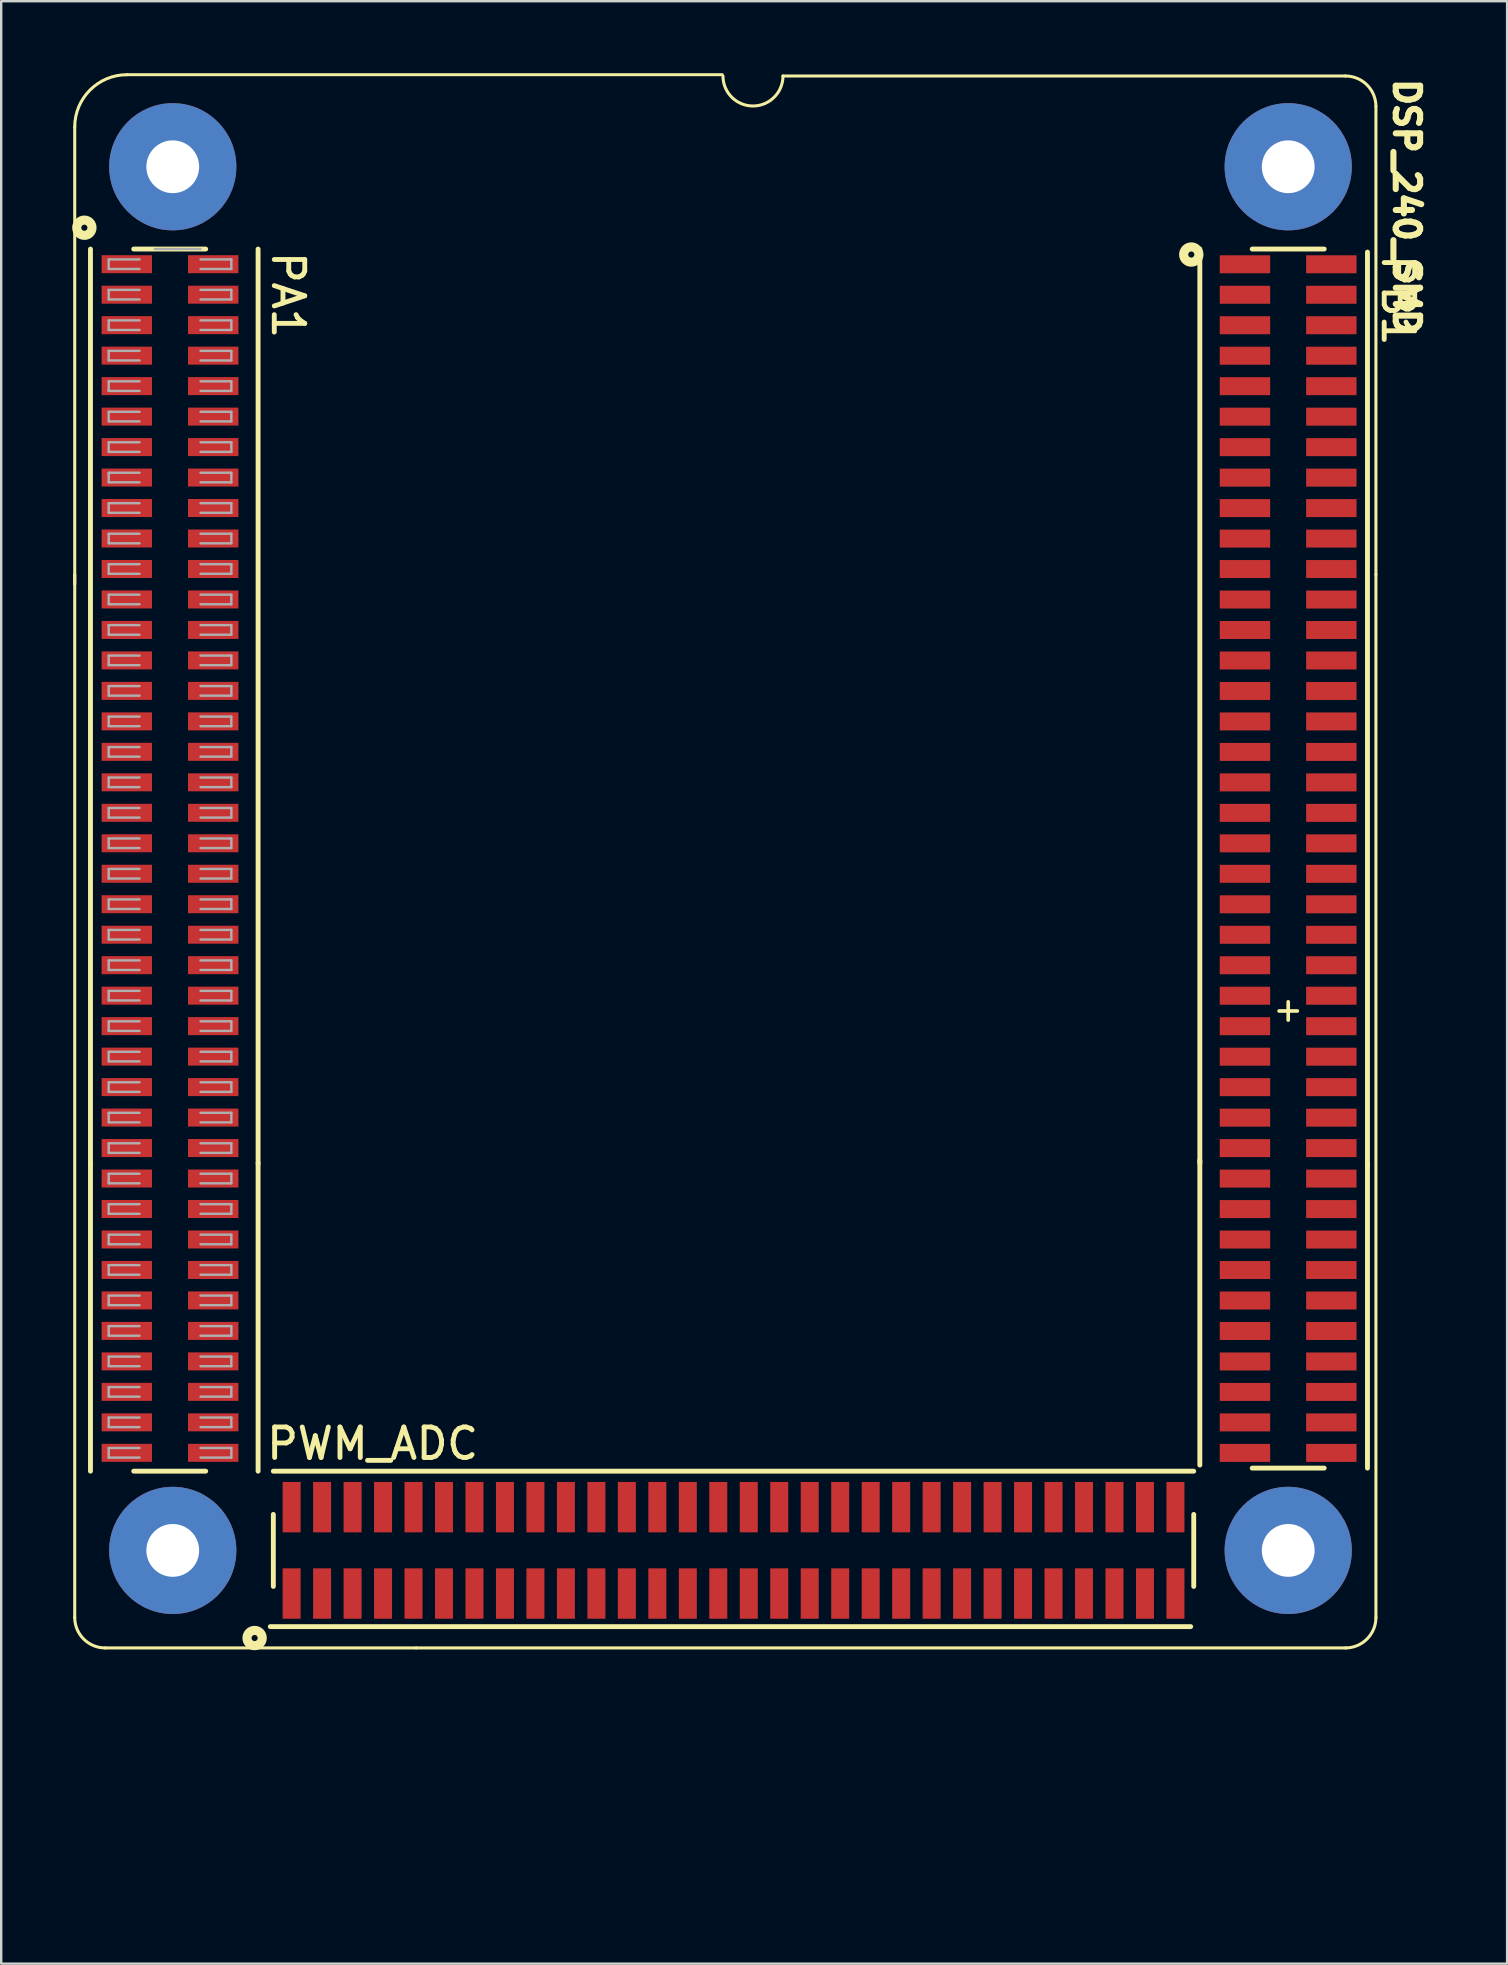
<source format=kicad_pcb>
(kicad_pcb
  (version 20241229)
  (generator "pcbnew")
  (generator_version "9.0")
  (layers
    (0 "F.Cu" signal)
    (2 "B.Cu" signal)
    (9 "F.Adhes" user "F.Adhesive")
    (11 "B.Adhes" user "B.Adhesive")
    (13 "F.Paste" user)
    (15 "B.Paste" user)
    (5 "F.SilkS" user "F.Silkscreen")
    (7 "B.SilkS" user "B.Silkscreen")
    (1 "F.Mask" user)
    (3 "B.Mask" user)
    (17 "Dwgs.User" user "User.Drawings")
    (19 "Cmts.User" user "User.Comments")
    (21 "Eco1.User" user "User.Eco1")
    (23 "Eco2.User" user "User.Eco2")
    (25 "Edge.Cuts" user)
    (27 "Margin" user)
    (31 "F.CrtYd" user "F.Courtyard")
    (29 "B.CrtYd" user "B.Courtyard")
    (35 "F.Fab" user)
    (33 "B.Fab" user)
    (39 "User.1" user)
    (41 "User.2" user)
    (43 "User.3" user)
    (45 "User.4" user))
  (footprint "DSP_240_SMD"
    (layer "F.Cu")
    (at 9.229 75.527)
    (property "Reference" "DSP_240_SMD" (at 45.745 -75.413 270) (unlocked yes) (layer "F.SilkS") (effects (font (size 1.016 1.016) (thickness 0.254)) (justify left bottom)))
    (fp_line (start -9.165 -73.287) (end -9.165 -54.229) (stroke (width 0.127) (type solid)) (layer "F.SilkS"))
    (fp_line (start -9.165 -54.638) (end -9.165 -11.176) (stroke (width 0.127) (type solid)) (layer "F.SilkS"))
    (fp_line (start -8.509 -68.199) (end -8.509 -30.099) (stroke (width 0.203) (type solid)) (layer "F.SilkS"))
    (fp_line (start -8.509 -30.099) (end -8.509 -17.272) (stroke (width 0.203) (type solid)) (layer "F.SilkS"))
    (fp_line (start -7.895 -9.906) (end 5.063 -9.906) (stroke (width 0.127) (type solid)) (layer "F.SilkS"))
    (fp_line (start -6.988 -75.464) (end 17.817 -75.464) (stroke (width 0.127) (type solid)) (layer "F.SilkS"))
    (fp_line (start -6.707 -68.199) (end -3.707 -68.199) (stroke (width 0.203) (type solid)) (layer "F.SilkS"))
    (fp_line (start -6.707 -17.272) (end -3.707 -17.272) (stroke (width 0.203) (type solid)) (layer "F.SilkS"))
    (fp_line (start -1.524 -68.199) (end -1.524 -30.099) (stroke (width 0.203) (type solid)) (layer "F.SilkS"))
    (fp_line (start -1.524 -30.099) (end -1.524 -17.272) (stroke (width 0.203) (type solid)) (layer "F.SilkS"))
    (fp_line (start -1.016 -10.795) (end 37.338 -10.795) (stroke (width 0.203) (type solid)) (layer "F.SilkS"))
    (fp_line (start -0.889 -17.272) (end 37.465 -17.272) (stroke (width 0.203) (type solid)) (layer "F.SilkS"))
    (fp_line (start -0.889 -15.47) (end -0.889 -12.47) (stroke (width 0.203) (type solid)) (layer "F.SilkS"))
    (fp_line (start 5.063 -9.906) (end 43.815 -9.906) (stroke (width 0.127) (type solid)) (layer "F.SilkS"))
    (fp_line (start 20.348 -75.41) (end 43.787 -75.41) (stroke (width 0.127) (type solid)) (layer "F.SilkS"))
    (fp_line (start 37.465 -15.47) (end 37.465 -12.47) (stroke (width 0.203) (type solid)) (layer "F.SilkS"))
    (fp_line (start 37.719 -68.199) (end 37.719 -30.099) (stroke (width 0.203) (type solid)) (layer "F.SilkS"))
    (fp_line (start 37.719 -30.226) (end 37.719 -17.526) (stroke (width 0.203) (type solid)) (layer "F.SilkS"))
    (fp_line (start 39.902 -68.199) (end 42.902 -68.199) (stroke (width 0.203) (type solid)) (layer "F.SilkS"))
    (fp_line (start 39.902 -17.399) (end 42.902 -17.399) (stroke (width 0.203) (type solid)) (layer "F.SilkS"))
    (fp_line (start 41.021 -36.449) (end 41.783 -36.449) (stroke (width 0.152) (type solid)) (layer "F.SilkS"))
    (fp_line (start 41.402 -36.83) (end 41.402 -36.449) (stroke (width 0.152) (type solid)) (layer "F.SilkS"))
    (fp_line (start 41.402 -36.449) (end 41.402 -36.068) (stroke (width 0.152) (type solid)) (layer "F.SilkS"))
    (fp_line (start 44.704 -68.072) (end 44.704 -29.972) (stroke (width 0.203) (type solid)) (layer "F.SilkS"))
    (fp_line (start 44.704 -30.099) (end 44.704 -17.399) (stroke (width 0.203) (type solid)) (layer "F.SilkS"))
    (fp_line (start 45.057 -74.14) (end 45.057 -54.638) (stroke (width 0.127) (type solid)) (layer "F.SilkS"))
    (fp_line (start 45.057 -54.638) (end 45.057 -11.176) (stroke (width 0.127) (type solid)) (layer "F.SilkS"))
    (fp_arc (start -9.165 -73.28661) (mid -8.52733 -74.82608) (end -6.98786 -75.46375) (stroke (width 0.127) (type solid)) (layer "F.SilkS"))
    (fp_arc (start -7.895 -9.906) (mid -8.793026 -10.277974) (end -9.165 -11.176) (stroke (width 0.127) (type solid)) (layer "F.SilkS"))
    (fp_arc (start 20.348 -75.41) (mid 19.098 -74.16) (end 17.848 -75.41) (stroke (width 0.127) (type solid)) (layer "F.SilkS"))
    (fp_arc (start 43.787 -75.41) (mid 44.685026 -75.038026) (end 45.057 -74.14) (stroke (width 0.127) (type solid)) (layer "F.SilkS"))
    (fp_arc (start 45.057 -11.176) (mid 44.685026 -10.277974) (end 43.787 -9.906) (stroke (width 0.127) (type solid)) (layer "F.SilkS"))
    (fp_circle (center -8.763 -69.088) (end -8.636 -69.088) (stroke (width 0.381) (type solid)) (fill no) (layer "F.SilkS"))
    (fp_circle (center -1.669 -10.319) (end -1.542 -10.319) (stroke (width 0.381) (type solid)) (fill no) (layer "F.SilkS"))
    (fp_circle (center 37.363 -67.97) (end 37.49 -67.97) (stroke (width 0.381) (type solid)) (fill no) (layer "F.SilkS"))
    (fp_line (start -7.749 -67.767) (end -7.749 -67.367) (stroke (width 0.1) (type solid)) (layer "F.Fab"))
    (fp_line (start -7.749 -67.367) (end -6.464 -67.367) (stroke (width 0.1) (type solid)) (layer "F.Fab"))
    (fp_line (start -7.749 -66.497) (end -7.749 -66.097) (stroke (width 0.1) (type solid)) (layer "F.Fab"))
    (fp_line (start -7.749 -66.097) (end -6.464 -66.097) (stroke (width 0.1) (type solid)) (layer "F.Fab"))
    (fp_line (start -7.749 -65.227) (end -7.749 -64.827) (stroke (width 0.1) (type solid)) (layer "F.Fab"))
    (fp_line (start -7.749 -64.827) (end -6.464 -64.827) (stroke (width 0.1) (type solid)) (layer "F.Fab"))
    (fp_line (start -7.749 -63.957) (end -7.749 -63.557) (stroke (width 0.1) (type solid)) (layer "F.Fab"))
    (fp_line (start -7.749 -63.557) (end -6.464 -63.557) (stroke (width 0.1) (type solid)) (layer "F.Fab"))
    (fp_line (start -7.749 -62.687) (end -7.749 -62.287) (stroke (width 0.1) (type solid)) (layer "F.Fab"))
    (fp_line (start -7.749 -62.287) (end -6.464 -62.287) (stroke (width 0.1) (type solid)) (layer "F.Fab"))
    (fp_line (start -7.749 -61.417) (end -7.749 -61.017) (stroke (width 0.1) (type solid)) (layer "F.Fab"))
    (fp_line (start -7.749 -61.017) (end -6.464 -61.017) (stroke (width 0.1) (type solid)) (layer "F.Fab"))
    (fp_line (start -7.749 -60.147) (end -7.749 -59.747) (stroke (width 0.1) (type solid)) (layer "F.Fab"))
    (fp_line (start -7.749 -59.747) (end -6.464 -59.747) (stroke (width 0.1) (type solid)) (layer "F.Fab"))
    (fp_line (start -7.749 -58.877) (end -7.749 -58.477) (stroke (width 0.1) (type solid)) (layer "F.Fab"))
    (fp_line (start -7.749 -58.477) (end -6.464 -58.477) (stroke (width 0.1) (type solid)) (layer "F.Fab"))
    (fp_line (start -7.749 -57.607) (end -7.749 -57.207) (stroke (width 0.1) (type solid)) (layer "F.Fab"))
    (fp_line (start -7.749 -57.207) (end -6.464 -57.207) (stroke (width 0.1) (type solid)) (layer "F.Fab"))
    (fp_line (start -7.749 -56.337) (end -7.749 -55.937) (stroke (width 0.1) (type solid)) (layer "F.Fab"))
    (fp_line (start -7.749 -55.937) (end -6.464 -55.937) (stroke (width 0.1) (type solid)) (layer "F.Fab"))
    (fp_line (start -7.749 -55.067) (end -7.749 -54.667) (stroke (width 0.1) (type solid)) (layer "F.Fab"))
    (fp_line (start -7.749 -54.667) (end -6.464 -54.667) (stroke (width 0.1) (type solid)) (layer "F.Fab"))
    (fp_line (start -7.749 -53.797) (end -7.749 -53.397) (stroke (width 0.1) (type solid)) (layer "F.Fab"))
    (fp_line (start -7.749 -53.397) (end -6.464 -53.397) (stroke (width 0.1) (type solid)) (layer "F.Fab"))
    (fp_line (start -7.749 -52.527) (end -7.749 -52.127) (stroke (width 0.1) (type solid)) (layer "F.Fab"))
    (fp_line (start -7.749 -52.127) (end -6.464 -52.127) (stroke (width 0.1) (type solid)) (layer "F.Fab"))
    (fp_line (start -7.749 -51.257) (end -7.749 -50.857) (stroke (width 0.1) (type solid)) (layer "F.Fab"))
    (fp_line (start -7.749 -50.857) (end -6.464 -50.857) (stroke (width 0.1) (type solid)) (layer "F.Fab"))
    (fp_line (start -7.749 -49.987) (end -7.749 -49.587) (stroke (width 0.1) (type solid)) (layer "F.Fab"))
    (fp_line (start -7.749 -49.587) (end -6.464 -49.587) (stroke (width 0.1) (type solid)) (layer "F.Fab"))
    (fp_line (start -7.749 -48.717) (end -7.749 -48.317) (stroke (width 0.1) (type solid)) (layer "F.Fab"))
    (fp_line (start -7.749 -48.317) (end -6.464 -48.317) (stroke (width 0.1) (type solid)) (layer "F.Fab"))
    (fp_line (start -7.749 -47.447) (end -7.749 -47.047) (stroke (width 0.1) (type solid)) (layer "F.Fab"))
    (fp_line (start -7.749 -47.047) (end -6.464 -47.047) (stroke (width 0.1) (type solid)) (layer "F.Fab"))
    (fp_line (start -7.749 -46.177) (end -7.749 -45.777) (stroke (width 0.1) (type solid)) (layer "F.Fab"))
    (fp_line (start -7.749 -45.777) (end -6.464 -45.777) (stroke (width 0.1) (type solid)) (layer "F.Fab"))
    (fp_line (start -7.749 -44.907) (end -7.749 -44.507) (stroke (width 0.1) (type solid)) (layer "F.Fab"))
    (fp_line (start -7.749 -44.507) (end -6.464 -44.507) (stroke (width 0.1) (type solid)) (layer "F.Fab"))
    (fp_line (start -7.749 -43.637) (end -7.749 -43.237) (stroke (width 0.1) (type solid)) (layer "F.Fab"))
    (fp_line (start -7.749 -43.237) (end -6.464 -43.237) (stroke (width 0.1) (type solid)) (layer "F.Fab"))
    (fp_line (start -7.749 -42.367) (end -7.749 -41.967) (stroke (width 0.1) (type solid)) (layer "F.Fab"))
    (fp_line (start -7.749 -41.967) (end -6.464 -41.967) (stroke (width 0.1) (type solid)) (layer "F.Fab"))
    (fp_line (start -7.749 -41.097) (end -7.749 -40.697) (stroke (width 0.1) (type solid)) (layer "F.Fab"))
    (fp_line (start -7.749 -40.697) (end -6.464 -40.697) (stroke (width 0.1) (type solid)) (layer "F.Fab"))
    (fp_line (start -7.749 -39.827) (end -7.749 -39.427) (stroke (width 0.1) (type solid)) (layer "F.Fab"))
    (fp_line (start -7.749 -39.427) (end -6.464 -39.427) (stroke (width 0.1) (type solid)) (layer "F.Fab"))
    (fp_line (start -7.749 -38.557) (end -7.749 -38.157) (stroke (width 0.1) (type solid)) (layer "F.Fab"))
    (fp_line (start -7.749 -38.157) (end -6.464 -38.157) (stroke (width 0.1) (type solid)) (layer "F.Fab"))
    (fp_line (start -7.749 -37.287) (end -7.749 -36.887) (stroke (width 0.1) (type solid)) (layer "F.Fab"))
    (fp_line (start -7.749 -36.887) (end -6.464 -36.887) (stroke (width 0.1) (type solid)) (layer "F.Fab"))
    (fp_line (start -7.749 -36.017) (end -7.749 -35.617) (stroke (width 0.1) (type solid)) (layer "F.Fab"))
    (fp_line (start -7.749 -35.617) (end -6.464 -35.617) (stroke (width 0.1) (type solid)) (layer "F.Fab"))
    (fp_line (start -7.749 -34.747) (end -7.749 -34.347) (stroke (width 0.1) (type solid)) (layer "F.Fab"))
    (fp_line (start -7.749 -34.347) (end -6.464 -34.347) (stroke (width 0.1) (type solid)) (layer "F.Fab"))
    (fp_line (start -7.749 -33.477) (end -7.749 -33.077) (stroke (width 0.1) (type solid)) (layer "F.Fab"))
    (fp_line (start -7.749 -33.077) (end -6.464 -33.077) (stroke (width 0.1) (type solid)) (layer "F.Fab"))
    (fp_line (start -7.749 -32.207) (end -7.749 -31.807) (stroke (width 0.1) (type solid)) (layer "F.Fab"))
    (fp_line (start -7.749 -31.807) (end -6.464 -31.807) (stroke (width 0.1) (type solid)) (layer "F.Fab"))
    (fp_line (start -7.749 -30.937) (end -7.749 -30.537) (stroke (width 0.1) (type solid)) (layer "F.Fab"))
    (fp_line (start -7.749 -30.537) (end -6.464 -30.537) (stroke (width 0.1) (type solid)) (layer "F.Fab"))
    (fp_line (start -7.749 -29.667) (end -7.749 -29.267) (stroke (width 0.1) (type solid)) (layer "F.Fab"))
    (fp_line (start -7.749 -29.267) (end -6.464 -29.267) (stroke (width 0.1) (type solid)) (layer "F.Fab"))
    (fp_line (start -7.749 -28.397) (end -7.749 -27.997) (stroke (width 0.1) (type solid)) (layer "F.Fab"))
    (fp_line (start -7.749 -27.997) (end -6.464 -27.997) (stroke (width 0.1) (type solid)) (layer "F.Fab"))
    (fp_line (start -7.749 -27.127) (end -7.749 -26.727) (stroke (width 0.1) (type solid)) (layer "F.Fab"))
    (fp_line (start -7.749 -26.727) (end -6.464 -26.727) (stroke (width 0.1) (type solid)) (layer "F.Fab"))
    (fp_line (start -7.749 -25.857) (end -7.749 -25.457) (stroke (width 0.1) (type solid)) (layer "F.Fab"))
    (fp_line (start -7.749 -25.457) (end -6.464 -25.457) (stroke (width 0.1) (type solid)) (layer "F.Fab"))
    (fp_line (start -7.749 -24.587) (end -7.749 -24.187) (stroke (width 0.1) (type solid)) (layer "F.Fab"))
    (fp_line (start -7.749 -24.187) (end -6.464 -24.187) (stroke (width 0.1) (type solid)) (layer "F.Fab"))
    (fp_line (start -7.749 -23.317) (end -7.749 -22.917) (stroke (width 0.1) (type solid)) (layer "F.Fab"))
    (fp_line (start -7.749 -22.917) (end -6.464 -22.917) (stroke (width 0.1) (type solid)) (layer "F.Fab"))
    (fp_line (start -7.749 -22.047) (end -7.749 -21.647) (stroke (width 0.1) (type solid)) (layer "F.Fab"))
    (fp_line (start -7.749 -21.647) (end -6.464 -21.647) (stroke (width 0.1) (type solid)) (layer "F.Fab"))
    (fp_line (start -7.749 -20.777) (end -7.749 -20.377) (stroke (width 0.1) (type solid)) (layer "F.Fab"))
    (fp_line (start -7.749 -20.377) (end -6.464 -20.377) (stroke (width 0.1) (type solid)) (layer "F.Fab"))
    (fp_line (start -7.749 -19.507) (end -7.749 -19.107) (stroke (width 0.1) (type solid)) (layer "F.Fab"))
    (fp_line (start -7.749 -19.107) (end -6.464 -19.107) (stroke (width 0.1) (type solid)) (layer "F.Fab"))
    (fp_line (start -7.749 -18.237) (end -7.749 -17.837) (stroke (width 0.1) (type solid)) (layer "F.Fab"))
    (fp_line (start -7.749 -17.837) (end -6.464 -17.837) (stroke (width 0.1) (type solid)) (layer "F.Fab"))
    (fp_line (start -6.464 -67.767) (end -7.749 -67.767) (stroke (width 0.1) (type solid)) (layer "F.Fab"))
    (fp_line (start -6.464 -66.497) (end -7.749 -66.497) (stroke (width 0.1) (type solid)) (layer "F.Fab"))
    (fp_line (start -6.464 -65.227) (end -7.749 -65.227) (stroke (width 0.1) (type solid)) (layer "F.Fab"))
    (fp_line (start -6.464 -63.957) (end -7.749 -63.957) (stroke (width 0.1) (type solid)) (layer "F.Fab"))
    (fp_line (start -6.464 -62.687) (end -7.749 -62.687) (stroke (width 0.1) (type solid)) (layer "F.Fab"))
    (fp_line (start -6.464 -61.417) (end -7.749 -61.417) (stroke (width 0.1) (type solid)) (layer "F.Fab"))
    (fp_line (start -6.464 -60.147) (end -7.749 -60.147) (stroke (width 0.1) (type solid)) (layer "F.Fab"))
    (fp_line (start -6.464 -58.877) (end -7.749 -58.877) (stroke (width 0.1) (type solid)) (layer "F.Fab"))
    (fp_line (start -6.464 -57.607) (end -7.749 -57.607) (stroke (width 0.1) (type solid)) (layer "F.Fab"))
    (fp_line (start -6.464 -56.337) (end -7.749 -56.337) (stroke (width 0.1) (type solid)) (layer "F.Fab"))
    (fp_line (start -6.464 -55.067) (end -7.749 -55.067) (stroke (width 0.1) (type solid)) (layer "F.Fab"))
    (fp_line (start -6.464 -53.797) (end -7.749 -53.797) (stroke (width 0.1) (type solid)) (layer "F.Fab"))
    (fp_line (start -6.464 -52.527) (end -7.749 -52.527) (stroke (width 0.1) (type solid)) (layer "F.Fab"))
    (fp_line (start -6.464 -51.257) (end -7.749 -51.257) (stroke (width 0.1) (type solid)) (layer "F.Fab"))
    (fp_line (start -6.464 -49.987) (end -7.749 -49.987) (stroke (width 0.1) (type solid)) (layer "F.Fab"))
    (fp_line (start -6.464 -48.717) (end -7.749 -48.717) (stroke (width 0.1) (type solid)) (layer "F.Fab"))
    (fp_line (start -6.464 -47.447) (end -7.749 -47.447) (stroke (width 0.1) (type solid)) (layer "F.Fab"))
    (fp_line (start -6.464 -46.177) (end -7.749 -46.177) (stroke (width 0.1) (type solid)) (layer "F.Fab"))
    (fp_line (start -6.464 -44.907) (end -7.749 -44.907) (stroke (width 0.1) (type solid)) (layer "F.Fab"))
    (fp_line (start -6.464 -43.637) (end -7.749 -43.637) (stroke (width 0.1) (type solid)) (layer "F.Fab"))
    (fp_line (start -6.464 -42.367) (end -7.749 -42.367) (stroke (width 0.1) (type solid)) (layer "F.Fab"))
    (fp_line (start -6.464 -41.097) (end -7.749 -41.097) (stroke (width 0.1) (type solid)) (layer "F.Fab"))
    (fp_line (start -6.464 -39.827) (end -7.749 -39.827) (stroke (width 0.1) (type solid)) (layer "F.Fab"))
    (fp_line (start -6.464 -38.557) (end -7.749 -38.557) (stroke (width 0.1) (type solid)) (layer "F.Fab"))
    (fp_line (start -6.464 -37.287) (end -7.749 -37.287) (stroke (width 0.1) (type solid)) (layer "F.Fab"))
    (fp_line (start -6.464 -36.017) (end -7.749 -36.017) (stroke (width 0.1) (type solid)) (layer "F.Fab"))
    (fp_line (start -6.464 -34.747) (end -7.749 -34.747) (stroke (width 0.1) (type solid)) (layer "F.Fab"))
    (fp_line (start -6.464 -33.477) (end -7.749 -33.477) (stroke (width 0.1) (type solid)) (layer "F.Fab"))
    (fp_line (start -6.464 -32.207) (end -7.749 -32.207) (stroke (width 0.1) (type solid)) (layer "F.Fab"))
    (fp_line (start -6.464 -30.937) (end -7.749 -30.937) (stroke (width 0.1) (type solid)) (layer "F.Fab"))
    (fp_line (start -6.464 -29.667) (end -7.749 -29.667) (stroke (width 0.1) (type solid)) (layer "F.Fab"))
    (fp_line (start -6.464 -28.397) (end -7.749 -28.397) (stroke (width 0.1) (type solid)) (layer "F.Fab"))
    (fp_line (start -6.464 -27.127) (end -7.749 -27.127) (stroke (width 0.1) (type solid)) (layer "F.Fab"))
    (fp_line (start -6.464 -25.857) (end -7.749 -25.857) (stroke (width 0.1) (type solid)) (layer "F.Fab"))
    (fp_line (start -6.464 -24.587) (end -7.749 -24.587) (stroke (width 0.1) (type solid)) (layer "F.Fab"))
    (fp_line (start -6.464 -23.317) (end -7.749 -23.317) (stroke (width 0.1) (type solid)) (layer "F.Fab"))
    (fp_line (start -6.464 -22.047) (end -7.749 -22.047) (stroke (width 0.1) (type solid)) (layer "F.Fab"))
    (fp_line (start -6.464 -20.777) (end -7.749 -20.777) (stroke (width 0.1) (type solid)) (layer "F.Fab"))
    (fp_line (start -6.464 -19.507) (end -7.749 -19.507) (stroke (width 0.1) (type solid)) (layer "F.Fab"))
    (fp_line (start -6.464 -18.237) (end -7.749 -18.237) (stroke (width 0.1) (type solid)) (layer "F.Fab"))
    (fp_line (start -3.924 -68.202) (end -5.829 -68.202) (stroke (width 0.1) (type solid)) (layer "F.Fab"))
    (fp_line (start -3.924 -67.367) (end -2.639 -67.367) (stroke (width 0.1) (type solid)) (layer "F.Fab"))
    (fp_line (start -3.924 -66.097) (end -2.639 -66.097) (stroke (width 0.1) (type solid)) (layer "F.Fab"))
    (fp_line (start -3.924 -64.827) (end -2.639 -64.827) (stroke (width 0.1) (type solid)) (layer "F.Fab"))
    (fp_line (start -3.924 -63.557) (end -2.639 -63.557) (stroke (width 0.1) (type solid)) (layer "F.Fab"))
    (fp_line (start -3.924 -62.287) (end -2.639 -62.287) (stroke (width 0.1) (type solid)) (layer "F.Fab"))
    (fp_line (start -3.924 -61.017) (end -2.639 -61.017) (stroke (width 0.1) (type solid)) (layer "F.Fab"))
    (fp_line (start -3.924 -59.747) (end -2.639 -59.747) (stroke (width 0.1) (type solid)) (layer "F.Fab"))
    (fp_line (start -3.924 -58.477) (end -2.639 -58.477) (stroke (width 0.1) (type solid)) (layer "F.Fab"))
    (fp_line (start -3.924 -57.207) (end -2.639 -57.207) (stroke (width 0.1) (type solid)) (layer "F.Fab"))
    (fp_line (start -3.924 -55.937) (end -2.639 -55.937) (stroke (width 0.1) (type solid)) (layer "F.Fab"))
    (fp_line (start -3.924 -54.667) (end -2.639 -54.667) (stroke (width 0.1) (type solid)) (layer "F.Fab"))
    (fp_line (start -3.924 -53.397) (end -2.639 -53.397) (stroke (width 0.1) (type solid)) (layer "F.Fab"))
    (fp_line (start -3.924 -52.127) (end -2.639 -52.127) (stroke (width 0.1) (type solid)) (layer "F.Fab"))
    (fp_line (start -3.924 -50.857) (end -2.639 -50.857) (stroke (width 0.1) (type solid)) (layer "F.Fab"))
    (fp_line (start -3.924 -49.587) (end -2.639 -49.587) (stroke (width 0.1) (type solid)) (layer "F.Fab"))
    (fp_line (start -3.924 -48.317) (end -2.639 -48.317) (stroke (width 0.1) (type solid)) (layer "F.Fab"))
    (fp_line (start -3.924 -47.047) (end -2.639 -47.047) (stroke (width 0.1) (type solid)) (layer "F.Fab"))
    (fp_line (start -3.924 -45.777) (end -2.639 -45.777) (stroke (width 0.1) (type solid)) (layer "F.Fab"))
    (fp_line (start -3.924 -44.507) (end -2.639 -44.507) (stroke (width 0.1) (type solid)) (layer "F.Fab"))
    (fp_line (start -3.924 -43.237) (end -2.639 -43.237) (stroke (width 0.1) (type solid)) (layer "F.Fab"))
    (fp_line (start -3.924 -41.967) (end -2.639 -41.967) (stroke (width 0.1) (type solid)) (layer "F.Fab"))
    (fp_line (start -3.924 -40.697) (end -2.639 -40.697) (stroke (width 0.1) (type solid)) (layer "F.Fab"))
    (fp_line (start -3.924 -39.427) (end -2.639 -39.427) (stroke (width 0.1) (type solid)) (layer "F.Fab"))
    (fp_line (start -3.924 -38.157) (end -2.639 -38.157) (stroke (width 0.1) (type solid)) (layer "F.Fab"))
    (fp_line (start -3.924 -36.887) (end -2.639 -36.887) (stroke (width 0.1) (type solid)) (layer "F.Fab"))
    (fp_line (start -3.924 -35.617) (end -2.639 -35.617) (stroke (width 0.1) (type solid)) (layer "F.Fab"))
    (fp_line (start -3.924 -34.347) (end -2.639 -34.347) (stroke (width 0.1) (type solid)) (layer "F.Fab"))
    (fp_line (start -3.924 -33.077) (end -2.639 -33.077) (stroke (width 0.1) (type solid)) (layer "F.Fab"))
    (fp_line (start -3.924 -31.807) (end -2.639 -31.807) (stroke (width 0.1) (type solid)) (layer "F.Fab"))
    (fp_line (start -3.924 -30.537) (end -2.639 -30.537) (stroke (width 0.1) (type solid)) (layer "F.Fab"))
    (fp_line (start -3.924 -29.267) (end -2.639 -29.267) (stroke (width 0.1) (type solid)) (layer "F.Fab"))
    (fp_line (start -3.924 -27.997) (end -2.639 -27.997) (stroke (width 0.1) (type solid)) (layer "F.Fab"))
    (fp_line (start -3.924 -26.727) (end -2.639 -26.727) (stroke (width 0.1) (type solid)) (layer "F.Fab"))
    (fp_line (start -3.924 -25.457) (end -2.639 -25.457) (stroke (width 0.1) (type solid)) (layer "F.Fab"))
    (fp_line (start -3.924 -24.187) (end -2.639 -24.187) (stroke (width 0.1) (type solid)) (layer "F.Fab"))
    (fp_line (start -3.924 -22.917) (end -2.639 -22.917) (stroke (width 0.1) (type solid)) (layer "F.Fab"))
    (fp_line (start -3.924 -21.647) (end -2.639 -21.647) (stroke (width 0.1) (type solid)) (layer "F.Fab"))
    (fp_line (start -3.924 -20.377) (end -2.639 -20.377) (stroke (width 0.1) (type solid)) (layer "F.Fab"))
    (fp_line (start -3.924 -19.107) (end -2.639 -19.107) (stroke (width 0.1) (type solid)) (layer "F.Fab"))
    (fp_line (start -3.924 -17.837) (end -2.639 -17.837) (stroke (width 0.1) (type solid)) (layer "F.Fab"))
    (fp_line (start -2.639 -67.767) (end -3.924 -67.767) (stroke (width 0.1) (type solid)) (layer "F.Fab"))
    (fp_line (start -2.639 -67.367) (end -2.639 -67.767) (stroke (width 0.1) (type solid)) (layer "F.Fab"))
    (fp_line (start -2.639 -66.497) (end -3.924 -66.497) (stroke (width 0.1) (type solid)) (layer "F.Fab"))
    (fp_line (start -2.639 -66.097) (end -2.639 -66.497) (stroke (width 0.1) (type solid)) (layer "F.Fab"))
    (fp_line (start -2.639 -65.227) (end -3.924 -65.227) (stroke (width 0.1) (type solid)) (layer "F.Fab"))
    (fp_line (start -2.639 -64.827) (end -2.639 -65.227) (stroke (width 0.1) (type solid)) (layer "F.Fab"))
    (fp_line (start -2.639 -63.957) (end -3.924 -63.957) (stroke (width 0.1) (type solid)) (layer "F.Fab"))
    (fp_line (start -2.639 -63.557) (end -2.639 -63.957) (stroke (width 0.1) (type solid)) (layer "F.Fab"))
    (fp_line (start -2.639 -62.687) (end -3.924 -62.687) (stroke (width 0.1) (type solid)) (layer "F.Fab"))
    (fp_line (start -2.639 -62.287) (end -2.639 -62.687) (stroke (width 0.1) (type solid)) (layer "F.Fab"))
    (fp_line (start -2.639 -61.417) (end -3.924 -61.417) (stroke (width 0.1) (type solid)) (layer "F.Fab"))
    (fp_line (start -2.639 -61.017) (end -2.639 -61.417) (stroke (width 0.1) (type solid)) (layer "F.Fab"))
    (fp_line (start -2.639 -60.147) (end -3.924 -60.147) (stroke (width 0.1) (type solid)) (layer "F.Fab"))
    (fp_line (start -2.639 -59.747) (end -2.639 -60.147) (stroke (width 0.1) (type solid)) (layer "F.Fab"))
    (fp_line (start -2.639 -58.877) (end -3.924 -58.877) (stroke (width 0.1) (type solid)) (layer "F.Fab"))
    (fp_line (start -2.639 -58.477) (end -2.639 -58.877) (stroke (width 0.1) (type solid)) (layer "F.Fab"))
    (fp_line (start -2.639 -57.607) (end -3.924 -57.607) (stroke (width 0.1) (type solid)) (layer "F.Fab"))
    (fp_line (start -2.639 -57.207) (end -2.639 -57.607) (stroke (width 0.1) (type solid)) (layer "F.Fab"))
    (fp_line (start -2.639 -56.337) (end -3.924 -56.337) (stroke (width 0.1) (type solid)) (layer "F.Fab"))
    (fp_line (start -2.639 -55.937) (end -2.639 -56.337) (stroke (width 0.1) (type solid)) (layer "F.Fab"))
    (fp_line (start -2.639 -55.067) (end -3.924 -55.067) (stroke (width 0.1) (type solid)) (layer "F.Fab"))
    (fp_line (start -2.639 -54.667) (end -2.639 -55.067) (stroke (width 0.1) (type solid)) (layer "F.Fab"))
    (fp_line (start -2.639 -53.797) (end -3.924 -53.797) (stroke (width 0.1) (type solid)) (layer "F.Fab"))
    (fp_line (start -2.639 -53.397) (end -2.639 -53.797) (stroke (width 0.1) (type solid)) (layer "F.Fab"))
    (fp_line (start -2.639 -52.527) (end -3.924 -52.527) (stroke (width 0.1) (type solid)) (layer "F.Fab"))
    (fp_line (start -2.639 -52.127) (end -2.639 -52.527) (stroke (width 0.1) (type solid)) (layer "F.Fab"))
    (fp_line (start -2.639 -51.257) (end -3.924 -51.257) (stroke (width 0.1) (type solid)) (layer "F.Fab"))
    (fp_line (start -2.639 -50.857) (end -2.639 -51.257) (stroke (width 0.1) (type solid)) (layer "F.Fab"))
    (fp_line (start -2.639 -49.987) (end -3.924 -49.987) (stroke (width 0.1) (type solid)) (layer "F.Fab"))
    (fp_line (start -2.639 -49.587) (end -2.639 -49.987) (stroke (width 0.1) (type solid)) (layer "F.Fab"))
    (fp_line (start -2.639 -48.717) (end -3.924 -48.717) (stroke (width 0.1) (type solid)) (layer "F.Fab"))
    (fp_line (start -2.639 -48.317) (end -2.639 -48.717) (stroke (width 0.1) (type solid)) (layer "F.Fab"))
    (fp_line (start -2.639 -47.447) (end -3.924 -47.447) (stroke (width 0.1) (type solid)) (layer "F.Fab"))
    (fp_line (start -2.639 -47.047) (end -2.639 -47.447) (stroke (width 0.1) (type solid)) (layer "F.Fab"))
    (fp_line (start -2.639 -46.177) (end -3.924 -46.177) (stroke (width 0.1) (type solid)) (layer "F.Fab"))
    (fp_line (start -2.639 -45.777) (end -2.639 -46.177) (stroke (width 0.1) (type solid)) (layer "F.Fab"))
    (fp_line (start -2.639 -44.907) (end -3.924 -44.907) (stroke (width 0.1) (type solid)) (layer "F.Fab"))
    (fp_line (start -2.639 -44.507) (end -2.639 -44.907) (stroke (width 0.1) (type solid)) (layer "F.Fab"))
    (fp_line (start -2.639 -43.637) (end -3.924 -43.637) (stroke (width 0.1) (type solid)) (layer "F.Fab"))
    (fp_line (start -2.639 -43.237) (end -2.639 -43.637) (stroke (width 0.1) (type solid)) (layer "F.Fab"))
    (fp_line (start -2.639 -42.367) (end -3.924 -42.367) (stroke (width 0.1) (type solid)) (layer "F.Fab"))
    (fp_line (start -2.639 -41.967) (end -2.639 -42.367) (stroke (width 0.1) (type solid)) (layer "F.Fab"))
    (fp_line (start -2.639 -41.097) (end -3.924 -41.097) (stroke (width 0.1) (type solid)) (layer "F.Fab"))
    (fp_line (start -2.639 -40.697) (end -2.639 -41.097) (stroke (width 0.1) (type solid)) (layer "F.Fab"))
    (fp_line (start -2.639 -39.827) (end -3.924 -39.827) (stroke (width 0.1) (type solid)) (layer "F.Fab"))
    (fp_line (start -2.639 -39.427) (end -2.639 -39.827) (stroke (width 0.1) (type solid)) (layer "F.Fab"))
    (fp_line (start -2.639 -38.557) (end -3.924 -38.557) (stroke (width 0.1) (type solid)) (layer "F.Fab"))
    (fp_line (start -2.639 -38.157) (end -2.639 -38.557) (stroke (width 0.1) (type solid)) (layer "F.Fab"))
    (fp_line (start -2.639 -37.287) (end -3.924 -37.287) (stroke (width 0.1) (type solid)) (layer "F.Fab"))
    (fp_line (start -2.639 -36.887) (end -2.639 -37.287) (stroke (width 0.1) (type solid)) (layer "F.Fab"))
    (fp_line (start -2.639 -36.017) (end -3.924 -36.017) (stroke (width 0.1) (type solid)) (layer "F.Fab"))
    (fp_line (start -2.639 -35.617) (end -2.639 -36.017) (stroke (width 0.1) (type solid)) (layer "F.Fab"))
    (fp_line (start -2.639 -34.747) (end -3.924 -34.747) (stroke (width 0.1) (type solid)) (layer "F.Fab"))
    (fp_line (start -2.639 -34.347) (end -2.639 -34.747) (stroke (width 0.1) (type solid)) (layer "F.Fab"))
    (fp_line (start -2.639 -33.477) (end -3.924 -33.477) (stroke (width 0.1) (type solid)) (layer "F.Fab"))
    (fp_line (start -2.639 -33.077) (end -2.639 -33.477) (stroke (width 0.1) (type solid)) (layer "F.Fab"))
    (fp_line (start -2.639 -32.207) (end -3.924 -32.207) (stroke (width 0.1) (type solid)) (layer "F.Fab"))
    (fp_line (start -2.639 -31.807) (end -2.639 -32.207) (stroke (width 0.1) (type solid)) (layer "F.Fab"))
    (fp_line (start -2.639 -30.937) (end -3.924 -30.937) (stroke (width 0.1) (type solid)) (layer "F.Fab"))
    (fp_line (start -2.639 -30.537) (end -2.639 -30.937) (stroke (width 0.1) (type solid)) (layer "F.Fab"))
    (fp_line (start -2.639 -29.667) (end -3.924 -29.667) (stroke (width 0.1) (type solid)) (layer "F.Fab"))
    (fp_line (start -2.639 -29.267) (end -2.639 -29.667) (stroke (width 0.1) (type solid)) (layer "F.Fab"))
    (fp_line (start -2.639 -28.397) (end -3.924 -28.397) (stroke (width 0.1) (type solid)) (layer "F.Fab"))
    (fp_line (start -2.639 -27.997) (end -2.639 -28.397) (stroke (width 0.1) (type solid)) (layer "F.Fab"))
    (fp_line (start -2.639 -27.127) (end -3.924 -27.127) (stroke (width 0.1) (type solid)) (layer "F.Fab"))
    (fp_line (start -2.639 -26.727) (end -2.639 -27.127) (stroke (width 0.1) (type solid)) (layer "F.Fab"))
    (fp_line (start -2.639 -25.857) (end -3.924 -25.857) (stroke (width 0.1) (type solid)) (layer "F.Fab"))
    (fp_line (start -2.639 -25.457) (end -2.639 -25.857) (stroke (width 0.1) (type solid)) (layer "F.Fab"))
    (fp_line (start -2.639 -24.587) (end -3.924 -24.587) (stroke (width 0.1) (type solid)) (layer "F.Fab"))
    (fp_line (start -2.639 -24.187) (end -2.639 -24.587) (stroke (width 0.1) (type solid)) (layer "F.Fab"))
    (fp_line (start -2.639 -23.317) (end -3.924 -23.317) (stroke (width 0.1) (type solid)) (layer "F.Fab"))
    (fp_line (start -2.639 -22.917) (end -2.639 -23.317) (stroke (width 0.1) (type solid)) (layer "F.Fab"))
    (fp_line (start -2.639 -22.047) (end -3.924 -22.047) (stroke (width 0.1) (type solid)) (layer "F.Fab"))
    (fp_line (start -2.639 -21.647) (end -2.639 -22.047) (stroke (width 0.1) (type solid)) (layer "F.Fab"))
    (fp_line (start -2.639 -20.777) (end -3.924 -20.777) (stroke (width 0.1) (type solid)) (layer "F.Fab"))
    (fp_line (start -2.639 -20.377) (end -2.639 -20.777) (stroke (width 0.1) (type solid)) (layer "F.Fab"))
    (fp_line (start -2.639 -19.507) (end -3.924 -19.507) (stroke (width 0.1) (type solid)) (layer "F.Fab"))
    (fp_line (start -2.639 -19.107) (end -2.639 -19.507) (stroke (width 0.1) (type solid)) (layer "F.Fab"))
    (fp_line (start -2.639 -18.237) (end -3.924 -18.237) (stroke (width 0.1) (type solid)) (layer "F.Fab"))
    (fp_line (start -2.639 -17.837) (end -2.639 -18.237) (stroke (width 0.1) (type solid)) (layer "F.Fab"))
    (fp_text user "PB1" (at 45.236 -68.072 270) (unlocked yes) (layer "F.SilkS") (effects (font (size 1.27 1.27) (thickness 0.203)) (justify left bottom)))
    (fp_text user "PWM_ADC" (at -1.27 -17.677 0) (unlocked yes) (layer "F.SilkS") (effects (font (size 1.27 1.27) (thickness 0.203)) (justify left bottom)))
    (fp_text user "PA1" (at -1.016 -68.199 270) (unlocked yes) (layer "F.SilkS") (effects (font (size 1.27 1.27) (thickness 0.203)) (justify left bottom)))
    (pad "1" smd rect (at -6.994 -67.567) (size 2.1 0.75) (layers "F.Cu" "F.Mask" "F.Paste"))
    (pad "2" smd rect (at -3.394 -67.567) (size 2.1 0.75) (layers "F.Cu" "F.Mask" "F.Paste"))
    (pad "3" smd rect (at -6.994 -66.297) (size 2.1 0.75) (layers "F.Cu" "F.Mask" "F.Paste"))
    (pad "4" smd rect (at -3.394 -66.297) (size 2.1 0.75) (layers "F.Cu" "F.Mask" "F.Paste"))
    (pad "5" smd rect (at -6.994 -65.027) (size 2.1 0.75) (layers "F.Cu" "F.Mask" "F.Paste"))
    (pad "6" smd rect (at -3.394 -65.027) (size 2.1 0.75) (layers "F.Cu" "F.Mask" "F.Paste"))
    (pad "7" smd rect (at -6.994 -63.757) (size 2.1 0.75) (layers "F.Cu" "F.Mask" "F.Paste"))
    (pad "8" smd rect (at -3.394 -63.757) (size 2.1 0.75) (layers "F.Cu" "F.Mask" "F.Paste"))
    (pad "9" smd rect (at -6.994 -62.487) (size 2.1 0.75) (layers "F.Cu" "F.Mask" "F.Paste"))
    (pad "10" smd rect (at -3.394 -62.487) (size 2.1 0.75) (layers "F.Cu" "F.Mask" "F.Paste"))
    (pad "11" smd rect (at -6.994 -61.217) (size 2.1 0.75) (layers "F.Cu" "F.Mask" "F.Paste"))
    (pad "12" smd rect (at -3.394 -61.217) (size 2.1 0.75) (layers "F.Cu" "F.Mask" "F.Paste"))
    (pad "13" smd rect (at -6.994 -59.947) (size 2.1 0.75) (layers "F.Cu" "F.Mask" "F.Paste"))
    (pad "14" smd rect (at -3.394 -59.947) (size 2.1 0.75) (layers "F.Cu" "F.Mask" "F.Paste"))
    (pad "15" smd rect (at -6.994 -58.677) (size 2.1 0.75) (layers "F.Cu" "F.Mask" "F.Paste"))
    (pad "16" smd rect (at -3.394 -58.677) (size 2.1 0.75) (layers "F.Cu" "F.Mask" "F.Paste"))
    (pad "17" smd rect (at -6.994 -57.407) (size 2.1 0.75) (layers "F.Cu" "F.Mask" "F.Paste"))
    (pad "18" smd rect (at -3.394 -57.407) (size 2.1 0.75) (layers "F.Cu" "F.Mask" "F.Paste"))
    (pad "19" smd rect (at -6.994 -56.137) (size 2.1 0.75) (layers "F.Cu" "F.Mask" "F.Paste"))
    (pad "20" smd rect (at -3.394 -56.137) (size 2.1 0.75) (layers "F.Cu" "F.Mask" "F.Paste"))
    (pad "21" smd rect (at -6.994 -54.867) (size 2.1 0.75) (layers "F.Cu" "F.Mask" "F.Paste"))
    (pad "22" smd rect (at -3.394 -54.867) (size 2.1 0.75) (layers "F.Cu" "F.Mask" "F.Paste"))
    (pad "23" smd rect (at -6.994 -53.597) (size 2.1 0.75) (layers "F.Cu" "F.Mask" "F.Paste"))
    (pad "24" smd rect (at -3.394 -53.597) (size 2.1 0.75) (layers "F.Cu" "F.Mask" "F.Paste"))
    (pad "25" smd rect (at -6.994 -52.327) (size 2.1 0.75) (layers "F.Cu" "F.Mask" "F.Paste"))
    (pad "26" smd rect (at -3.394 -52.327) (size 2.1 0.75) (layers "F.Cu" "F.Mask" "F.Paste"))
    (pad "27" smd rect (at -6.994 -51.057) (size 2.1 0.75) (layers "F.Cu" "F.Mask" "F.Paste"))
    (pad "28" smd rect (at -3.394 -51.057) (size 2.1 0.75) (layers "F.Cu" "F.Mask" "F.Paste"))
    (pad "29" smd rect (at -6.994 -49.787) (size 2.1 0.75) (layers "F.Cu" "F.Mask" "F.Paste"))
    (pad "30" smd rect (at -3.394 -49.787) (size 2.1 0.75) (layers "F.Cu" "F.Mask" "F.Paste"))
    (pad "31" smd rect (at -6.994 -48.517) (size 2.1 0.75) (layers "F.Cu" "F.Mask" "F.Paste"))
    (pad "32" smd rect (at -3.394 -48.517) (size 2.1 0.75) (layers "F.Cu" "F.Mask" "F.Paste"))
    (pad "33" smd rect (at -6.994 -47.247) (size 2.1 0.75) (layers "F.Cu" "F.Mask" "F.Paste"))
    (pad "34" smd rect (at -3.394 -47.247) (size 2.1 0.75) (layers "F.Cu" "F.Mask" "F.Paste"))
    (pad "35" smd rect (at -6.994 -45.977) (size 2.1 0.75) (layers "F.Cu" "F.Mask" "F.Paste"))
    (pad "36" smd rect (at -3.394 -45.977) (size 2.1 0.75) (layers "F.Cu" "F.Mask" "F.Paste"))
    (pad "37" smd rect (at -6.994 -44.707) (size 2.1 0.75) (layers "F.Cu" "F.Mask" "F.Paste"))
    (pad "38" smd rect (at -3.394 -44.707) (size 2.1 0.75) (layers "F.Cu" "F.Mask" "F.Paste"))
    (pad "39" smd rect (at -6.994 -43.437) (size 2.1 0.75) (layers "F.Cu" "F.Mask" "F.Paste"))
    (pad "40" smd rect (at -3.394 -43.437) (size 2.1 0.75) (layers "F.Cu" "F.Mask" "F.Paste"))
    (pad "41" smd rect (at -6.994 -42.167) (size 2.1 0.75) (layers "F.Cu" "F.Mask" "F.Paste"))
    (pad "42" smd rect (at -3.394 -42.167) (size 2.1 0.75) (layers "F.Cu" "F.Mask" "F.Paste"))
    (pad "43" smd rect (at -6.994 -40.897) (size 2.1 0.75) (layers "F.Cu" "F.Mask" "F.Paste"))
    (pad "44" smd rect (at -3.394 -40.897) (size 2.1 0.75) (layers "F.Cu" "F.Mask" "F.Paste"))
    (pad "45" smd rect (at -6.994 -39.627) (size 2.1 0.75) (layers "F.Cu" "F.Mask" "F.Paste"))
    (pad "46" smd rect (at -3.394 -39.627) (size 2.1 0.75) (layers "F.Cu" "F.Mask" "F.Paste"))
    (pad "47" smd rect (at -6.994 -38.357) (size 2.1 0.75) (layers "F.Cu" "F.Mask" "F.Paste"))
    (pad "48" smd rect (at -3.394 -38.357) (size 2.1 0.75) (layers "F.Cu" "F.Mask" "F.Paste"))
    (pad "49" smd rect (at -6.994 -37.087) (size 2.1 0.75) (layers "F.Cu" "F.Mask" "F.Paste"))
    (pad "50" smd rect (at -3.394 -37.087) (size 2.1 0.75) (layers "F.Cu" "F.Mask" "F.Paste"))
    (pad "51" smd rect (at -6.994 -35.817) (size 2.1 0.75) (layers "F.Cu" "F.Mask" "F.Paste"))
    (pad "52" smd rect (at -3.394 -35.817) (size 2.1 0.75) (layers "F.Cu" "F.Mask" "F.Paste"))
    (pad "53" smd rect (at -6.994 -34.547) (size 2.1 0.75) (layers "F.Cu" "F.Mask" "F.Paste"))
    (pad "54" smd rect (at -3.394 -34.547) (size 2.1 0.75) (layers "F.Cu" "F.Mask" "F.Paste"))
    (pad "55" smd rect (at -6.994 -33.277) (size 2.1 0.75) (layers "F.Cu" "F.Mask" "F.Paste"))
    (pad "56" smd rect (at -3.394 -33.277) (size 2.1 0.75) (layers "F.Cu" "F.Mask" "F.Paste"))
    (pad "57" smd rect (at -6.994 -32.007) (size 2.1 0.75) (layers "F.Cu" "F.Mask" "F.Paste"))
    (pad "58" smd rect (at -3.394 -32.007) (size 2.1 0.75) (layers "F.Cu" "F.Mask" "F.Paste"))
    (pad "59" smd rect (at -6.994 -30.737) (size 2.1 0.75) (layers "F.Cu" "F.Mask" "F.Paste"))
    (pad "60" smd rect (at -3.394 -30.737) (size 2.1 0.75) (layers "F.Cu" "F.Mask" "F.Paste"))
    (pad "61" smd rect (at -6.994 -29.467) (size 2.1 0.75) (layers "F.Cu" "F.Mask" "F.Paste"))
    (pad "62" smd rect (at -3.394 -29.467) (size 2.1 0.75) (layers "F.Cu" "F.Mask" "F.Paste"))
    (pad "63" smd rect (at -6.994 -28.197) (size 2.1 0.75) (layers "F.Cu" "F.Mask" "F.Paste"))
    (pad "64" smd rect (at -3.394 -28.197) (size 2.1 0.75) (layers "F.Cu" "F.Mask" "F.Paste"))
    (pad "65" smd rect (at -6.994 -26.927) (size 2.1 0.75) (layers "F.Cu" "F.Mask" "F.Paste"))
    (pad "66" smd rect (at -3.394 -26.927) (size 2.1 0.75) (layers "F.Cu" "F.Mask" "F.Paste"))
    (pad "67" smd rect (at -6.994 -25.657) (size 2.1 0.75) (layers "F.Cu" "F.Mask" "F.Paste"))
    (pad "68" smd rect (at -3.394 -25.657) (size 2.1 0.75) (layers "F.Cu" "F.Mask" "F.Paste"))
    (pad "69" smd rect (at -6.994 -24.387) (size 2.1 0.75) (layers "F.Cu" "F.Mask" "F.Paste"))
    (pad "70" smd rect (at -3.394 -24.387) (size 2.1 0.75) (layers "F.Cu" "F.Mask" "F.Paste"))
    (pad "71" smd rect (at -6.994 -23.117) (size 2.1 0.75) (layers "F.Cu" "F.Mask" "F.Paste"))
    (pad "72" smd rect (at -3.394 -23.117) (size 2.1 0.75) (layers "F.Cu" "F.Mask" "F.Paste"))
    (pad "73" smd rect (at -6.994 -21.847) (size 2.1 0.75) (layers "F.Cu" "F.Mask" "F.Paste"))
    (pad "74" smd rect (at -3.394 -21.847) (size 2.1 0.75) (layers "F.Cu" "F.Mask" "F.Paste"))
    (pad "75" smd rect (at -6.994 -20.577) (size 2.1 0.75) (layers "F.Cu" "F.Mask" "F.Paste"))
    (pad "76" smd rect (at -3.394 -20.577) (size 2.1 0.75) (layers "F.Cu" "F.Mask" "F.Paste"))
    (pad "77" smd rect (at -6.994 -19.307) (size 2.1 0.75) (layers "F.Cu" "F.Mask" "F.Paste"))
    (pad "78" smd rect (at -3.394 -19.307) (size 2.1 0.75) (layers "F.Cu" "F.Mask" "F.Paste"))
    (pad "79" smd rect (at -6.994 -18.037) (size 2.1 0.75) (layers "F.Cu" "F.Mask" "F.Paste"))
    (pad "80" smd rect (at -3.394 -18.037) (size 2.1 0.75) (layers "F.Cu" "F.Mask" "F.Paste"))
    (pad "81" smd rect (at 39.599 -67.564) (size 2.1 0.75) (layers "F.Cu" "F.Mask" "F.Paste"))
    (pad "82" smd rect (at 43.199 -67.564) (size 2.1 0.75) (layers "F.Cu" "F.Mask" "F.Paste"))
    (pad "83" smd rect (at 39.599 -66.294) (size 2.1 0.75) (layers "F.Cu" "F.Mask" "F.Paste"))
    (pad "84" smd rect (at 43.199 -66.294) (size 2.1 0.75) (layers "F.Cu" "F.Mask" "F.Paste"))
    (pad "85" smd rect (at 39.599 -65.024) (size 2.1 0.75) (layers "F.Cu" "F.Mask" "F.Paste"))
    (pad "86" smd rect (at 43.199 -65.024) (size 2.1 0.75) (layers "F.Cu" "F.Mask" "F.Paste"))
    (pad "87" smd rect (at 39.599 -63.754) (size 2.1 0.75) (layers "F.Cu" "F.Mask" "F.Paste"))
    (pad "88" smd rect (at 43.199 -63.754) (size 2.1 0.75) (layers "F.Cu" "F.Mask" "F.Paste"))
    (pad "89" smd rect (at 39.599 -62.484) (size 2.1 0.75) (layers "F.Cu" "F.Mask" "F.Paste"))
    (pad "90" smd rect (at 43.199 -62.484) (size 2.1 0.75) (layers "F.Cu" "F.Mask" "F.Paste"))
    (pad "91" smd rect (at 39.599 -61.214) (size 2.1 0.75) (layers "F.Cu" "F.Mask" "F.Paste"))
    (pad "92" smd rect (at 43.199 -61.214) (size 2.1 0.75) (layers "F.Cu" "F.Mask" "F.Paste"))
    (pad "93" smd rect (at 39.599 -59.944) (size 2.1 0.75) (layers "F.Cu" "F.Mask" "F.Paste"))
    (pad "94" smd rect (at 43.199 -59.944) (size 2.1 0.75) (layers "F.Cu" "F.Mask" "F.Paste"))
    (pad "95" smd rect (at 39.599 -58.674) (size 2.1 0.75) (layers "F.Cu" "F.Mask" "F.Paste"))
    (pad "96" smd rect (at 43.199 -58.674) (size 2.1 0.75) (layers "F.Cu" "F.Mask" "F.Paste"))
    (pad "97" smd rect (at 39.599 -57.404) (size 2.1 0.75) (layers "F.Cu" "F.Mask" "F.Paste"))
    (pad "98" smd rect (at 43.199 -57.404) (size 2.1 0.75) (layers "F.Cu" "F.Mask" "F.Paste"))
    (pad "99" smd rect (at 39.599 -56.134) (size 2.1 0.75) (layers "F.Cu" "F.Mask" "F.Paste"))
    (pad "100" smd rect (at 43.199 -56.134) (size 2.1 0.75) (layers "F.Cu" "F.Mask" "F.Paste"))
    (pad "101" smd rect (at 39.599 -54.864) (size 2.1 0.75) (layers "F.Cu" "F.Mask" "F.Paste"))
    (pad "102" smd rect (at 43.199 -54.864) (size 2.1 0.75) (layers "F.Cu" "F.Mask" "F.Paste"))
    (pad "103" smd rect (at 39.599 -53.594) (size 2.1 0.75) (layers "F.Cu" "F.Mask" "F.Paste"))
    (pad "104" smd rect (at 43.199 -53.594) (size 2.1 0.75) (layers "F.Cu" "F.Mask" "F.Paste"))
    (pad "105" smd rect (at 39.599 -52.324) (size 2.1 0.75) (layers "F.Cu" "F.Mask" "F.Paste"))
    (pad "106" smd rect (at 43.199 -52.324) (size 2.1 0.75) (layers "F.Cu" "F.Mask" "F.Paste"))
    (pad "107" smd rect (at 39.599 -51.054) (size 2.1 0.75) (layers "F.Cu" "F.Mask" "F.Paste"))
    (pad "108" smd rect (at 43.199 -51.054) (size 2.1 0.75) (layers "F.Cu" "F.Mask" "F.Paste"))
    (pad "109" smd rect (at 39.599 -49.784) (size 2.1 0.75) (layers "F.Cu" "F.Mask" "F.Paste"))
    (pad "110" smd rect (at 43.199 -49.784) (size 2.1 0.75) (layers "F.Cu" "F.Mask" "F.Paste"))
    (pad "111" smd rect (at 39.599 -48.514) (size 2.1 0.75) (layers "F.Cu" "F.Mask" "F.Paste"))
    (pad "112" smd rect (at 43.199 -48.514) (size 2.1 0.75) (layers "F.Cu" "F.Mask" "F.Paste"))
    (pad "113" smd rect (at 39.599 -47.244) (size 2.1 0.75) (layers "F.Cu" "F.Mask" "F.Paste"))
    (pad "114" smd rect (at 43.199 -47.244) (size 2.1 0.75) (layers "F.Cu" "F.Mask" "F.Paste"))
    (pad "115" smd rect (at 39.599 -45.974) (size 2.1 0.75) (layers "F.Cu" "F.Mask" "F.Paste"))
    (pad "116" smd rect (at 43.199 -45.974) (size 2.1 0.75) (layers "F.Cu" "F.Mask" "F.Paste"))
    (pad "117" smd rect (at 39.599 -44.704) (size 2.1 0.75) (layers "F.Cu" "F.Mask" "F.Paste"))
    (pad "118" smd rect (at 43.199 -44.704) (size 2.1 0.75) (layers "F.Cu" "F.Mask" "F.Paste"))
    (pad "119" smd rect (at 39.599 -43.434) (size 2.1 0.75) (layers "F.Cu" "F.Mask" "F.Paste"))
    (pad "120" smd rect (at 43.199 -43.434) (size 2.1 0.75) (layers "F.Cu" "F.Mask" "F.Paste"))
    (pad "121" smd rect (at 39.599 -42.164) (size 2.1 0.75) (layers "F.Cu" "F.Mask" "F.Paste"))
    (pad "122" smd rect (at 43.199 -42.164) (size 2.1 0.75) (layers "F.Cu" "F.Mask" "F.Paste"))
    (pad "123" smd rect (at 39.599 -40.894) (size 2.1 0.75) (layers "F.Cu" "F.Mask" "F.Paste"))
    (pad "124" smd rect (at 43.199 -40.894) (size 2.1 0.75) (layers "F.Cu" "F.Mask" "F.Paste"))
    (pad "125" smd rect (at 39.599 -39.624) (size 2.1 0.75) (layers "F.Cu" "F.Mask" "F.Paste"))
    (pad "126" smd rect (at 43.199 -39.624) (size 2.1 0.75) (layers "F.Cu" "F.Mask" "F.Paste"))
    (pad "127" smd rect (at 39.599 -38.354) (size 2.1 0.75) (layers "F.Cu" "F.Mask" "F.Paste"))
    (pad "128" smd rect (at 43.199 -38.354) (size 2.1 0.75) (layers "F.Cu" "F.Mask" "F.Paste"))
    (pad "129" smd rect (at 39.599 -37.084) (size 2.1 0.75) (layers "F.Cu" "F.Mask" "F.Paste"))
    (pad "130" smd rect (at 43.199 -37.084) (size 2.1 0.75) (layers "F.Cu" "F.Mask" "F.Paste"))
    (pad "131" smd rect (at 39.599 -35.814) (size 2.1 0.75) (layers "F.Cu" "F.Mask" "F.Paste"))
    (pad "132" smd rect (at 43.199 -35.814) (size 2.1 0.75) (layers "F.Cu" "F.Mask" "F.Paste"))
    (pad "133" smd rect (at 39.599 -34.544) (size 2.1 0.75) (layers "F.Cu" "F.Mask" "F.Paste"))
    (pad "134" smd rect (at 43.199 -34.544) (size 2.1 0.75) (layers "F.Cu" "F.Mask" "F.Paste"))
    (pad "135" smd rect (at 39.599 -33.274) (size 2.1 0.75) (layers "F.Cu" "F.Mask" "F.Paste"))
    (pad "136" smd rect (at 43.199 -33.274) (size 2.1 0.75) (layers "F.Cu" "F.Mask" "F.Paste"))
    (pad "137" smd rect (at 39.599 -32.004) (size 2.1 0.75) (layers "F.Cu" "F.Mask" "F.Paste"))
    (pad "138" smd rect (at 43.199 -32.004) (size 2.1 0.75) (layers "F.Cu" "F.Mask" "F.Paste"))
    (pad "139" smd rect (at 39.599 -30.734) (size 2.1 0.75) (layers "F.Cu" "F.Mask" "F.Paste"))
    (pad "140" smd rect (at 43.199 -30.734) (size 2.1 0.75) (layers "F.Cu" "F.Mask" "F.Paste"))
    (pad "141" smd rect (at 39.599 -29.464) (size 2.1 0.75) (layers "F.Cu" "F.Mask" "F.Paste"))
    (pad "142" smd rect (at 43.199 -29.464) (size 2.1 0.75) (layers "F.Cu" "F.Mask" "F.Paste"))
    (pad "143" smd rect (at 39.599 -28.194) (size 2.1 0.75) (layers "F.Cu" "F.Mask" "F.Paste"))
    (pad "144" smd rect (at 43.199 -28.194) (size 2.1 0.75) (layers "F.Cu" "F.Mask" "F.Paste"))
    (pad "145" smd rect (at 39.599 -26.924) (size 2.1 0.75) (layers "F.Cu" "F.Mask" "F.Paste"))
    (pad "146" smd rect (at 43.199 -26.924) (size 2.1 0.75) (layers "F.Cu" "F.Mask" "F.Paste"))
    (pad "147" smd rect (at 39.599 -25.654) (size 2.1 0.75) (layers "F.Cu" "F.Mask" "F.Paste"))
    (pad "148" smd rect (at 43.199 -25.654) (size 2.1 0.75) (layers "F.Cu" "F.Mask" "F.Paste"))
    (pad "149" smd rect (at 39.599 -24.384) (size 2.1 0.75) (layers "F.Cu" "F.Mask" "F.Paste"))
    (pad "150" smd rect (at 43.199 -24.384) (size 2.1 0.75) (layers "F.Cu" "F.Mask" "F.Paste"))
    (pad "151" smd rect (at 39.599 -23.114) (size 2.1 0.75) (layers "F.Cu" "F.Mask" "F.Paste"))
    (pad "152" smd rect (at 43.199 -23.114) (size 2.1 0.75) (layers "F.Cu" "F.Mask" "F.Paste"))
    (pad "153" smd rect (at 39.599 -21.844) (size 2.1 0.75) (layers "F.Cu" "F.Mask" "F.Paste"))
    (pad "154" smd rect (at 43.199 -21.844) (size 2.1 0.75) (layers "F.Cu" "F.Mask" "F.Paste"))
    (pad "155" smd rect (at 39.599 -20.574) (size 2.1 0.75) (layers "F.Cu" "F.Mask" "F.Paste"))
    (pad "156" smd rect (at 43.199 -20.574) (size 2.1 0.75) (layers "F.Cu" "F.Mask" "F.Paste"))
    (pad "157" smd rect (at 39.599 -19.304) (size 2.1 0.75) (layers "F.Cu" "F.Mask" "F.Paste"))
    (pad "158" smd rect (at 43.199 -19.304) (size 2.1 0.75) (layers "F.Cu" "F.Mask" "F.Paste"))
    (pad "159" smd rect (at 39.599 -18.034) (size 2.1 0.75) (layers "F.Cu" "F.Mask" "F.Paste"))
    (pad "160" smd rect (at 43.199 -18.034) (size 2.1 0.75) (layers "F.Cu" "F.Mask" "F.Paste"))
    (pad "161" smd rect (at -0.127 -12.173 90) (size 2.1 0.75) (layers "F.Cu" "F.Mask" "F.Paste"))
    (pad "162" smd rect (at -0.127 -15.773 90) (size 2.1 0.75) (layers "F.Cu" "F.Mask" "F.Paste"))
    (pad "163" smd rect (at 1.143 -12.173 90) (size 2.1 0.75) (layers "F.Cu" "F.Mask" "F.Paste"))
    (pad "164" smd rect (at 1.143 -15.773 90) (size 2.1 0.75) (layers "F.Cu" "F.Mask" "F.Paste"))
    (pad "165" smd rect (at 2.413 -12.173 90) (size 2.1 0.75) (layers "F.Cu" "F.Mask" "F.Paste"))
    (pad "166" smd rect (at 2.413 -15.773 90) (size 2.1 0.75) (layers "F.Cu" "F.Mask" "F.Paste"))
    (pad "167" smd rect (at 3.683 -12.173 90) (size 2.1 0.75) (layers "F.Cu" "F.Mask" "F.Paste"))
    (pad "168" smd rect (at 3.683 -15.773 90) (size 2.1 0.75) (layers "F.Cu" "F.Mask" "F.Paste"))
    (pad "169" smd rect (at 4.953 -12.173 90) (size 2.1 0.75) (layers "F.Cu" "F.Mask" "F.Paste"))
    (pad "170" smd rect (at 4.953 -15.773 90) (size 2.1 0.75) (layers "F.Cu" "F.Mask" "F.Paste"))
    (pad "171" smd rect (at 6.223 -12.173 90) (size 2.1 0.75) (layers "F.Cu" "F.Mask" "F.Paste"))
    (pad "172" smd rect (at 6.223 -15.773 90) (size 2.1 0.75) (layers "F.Cu" "F.Mask" "F.Paste"))
    (pad "173" smd rect (at 7.493 -12.173 90) (size 2.1 0.75) (layers "F.Cu" "F.Mask" "F.Paste"))
    (pad "174" smd rect (at 7.493 -15.773 90) (size 2.1 0.75) (layers "F.Cu" "F.Mask" "F.Paste"))
    (pad "175" smd rect (at 8.763 -12.173 90) (size 2.1 0.75) (layers "F.Cu" "F.Mask" "F.Paste"))
    (pad "176" smd rect (at 8.763 -15.773 90) (size 2.1 0.75) (layers "F.Cu" "F.Mask" "F.Paste"))
    (pad "177" smd rect (at 10.033 -12.173 90) (size 2.1 0.75) (layers "F.Cu" "F.Mask" "F.Paste"))
    (pad "178" smd rect (at 10.033 -15.773 90) (size 2.1 0.75) (layers "F.Cu" "F.Mask" "F.Paste"))
    (pad "179" smd rect (at 11.303 -12.173 90) (size 2.1 0.75) (layers "F.Cu" "F.Mask" "F.Paste"))
    (pad "180" smd rect (at 11.303 -15.773 90) (size 2.1 0.75) (layers "F.Cu" "F.Mask" "F.Paste"))
    (pad "181" smd rect (at 12.573 -12.173 90) (size 2.1 0.75) (layers "F.Cu" "F.Mask" "F.Paste"))
    (pad "182" smd rect (at 12.573 -15.773 90) (size 2.1 0.75) (layers "F.Cu" "F.Mask" "F.Paste"))
    (pad "183" smd rect (at 13.843 -12.173 90) (size 2.1 0.75) (layers "F.Cu" "F.Mask" "F.Paste"))
    (pad "184" smd rect (at 13.843 -15.773 90) (size 2.1 0.75) (layers "F.Cu" "F.Mask" "F.Paste"))
    (pad "185" smd rect (at 15.113 -12.173 90) (size 2.1 0.75) (layers "F.Cu" "F.Mask" "F.Paste"))
    (pad "186" smd rect (at 15.113 -15.773 90) (size 2.1 0.75) (layers "F.Cu" "F.Mask" "F.Paste"))
    (pad "187" smd rect (at 16.383 -12.173 90) (size 2.1 0.75) (layers "F.Cu" "F.Mask" "F.Paste"))
    (pad "188" smd rect (at 16.383 -15.773 90) (size 2.1 0.75) (layers "F.Cu" "F.Mask" "F.Paste"))
    (pad "189" smd rect (at 17.653 -12.173 90) (size 2.1 0.75) (layers "F.Cu" "F.Mask" "F.Paste"))
    (pad "190" smd rect (at 17.653 -15.773 90) (size 2.1 0.75) (layers "F.Cu" "F.Mask" "F.Paste"))
    (pad "191" smd rect (at 18.923 -12.173 90) (size 2.1 0.75) (layers "F.Cu" "F.Mask" "F.Paste"))
    (pad "192" smd rect (at 18.923 -15.773 90) (size 2.1 0.75) (layers "F.Cu" "F.Mask" "F.Paste"))
    (pad "193" smd rect (at 20.193 -12.173 90) (size 2.1 0.75) (layers "F.Cu" "F.Mask" "F.Paste"))
    (pad "194" smd rect (at 20.193 -15.773 90) (size 2.1 0.75) (layers "F.Cu" "F.Mask" "F.Paste"))
    (pad "195" smd rect (at 21.463 -12.173 90) (size 2.1 0.75) (layers "F.Cu" "F.Mask" "F.Paste"))
    (pad "196" smd rect (at 21.463 -15.773 90) (size 2.1 0.75) (layers "F.Cu" "F.Mask" "F.Paste"))
    (pad "197" smd rect (at 22.733 -12.173 90) (size 2.1 0.75) (layers "F.Cu" "F.Mask" "F.Paste"))
    (pad "198" smd rect (at 22.733 -15.773 90) (size 2.1 0.75) (layers "F.Cu" "F.Mask" "F.Paste"))
    (pad "199" smd rect (at 24.003 -12.173 90) (size 2.1 0.75) (layers "F.Cu" "F.Mask" "F.Paste"))
    (pad "200" smd rect (at 24.003 -15.773 90) (size 2.1 0.75) (layers "F.Cu" "F.Mask" "F.Paste"))
    (pad "201" smd rect (at 25.273 -12.173 90) (size 2.1 0.75) (layers "F.Cu" "F.Mask" "F.Paste"))
    (pad "202" smd rect (at 25.273 -15.773 90) (size 2.1 0.75) (layers "F.Cu" "F.Mask" "F.Paste"))
    (pad "203" smd rect (at 26.543 -12.173 90) (size 2.1 0.75) (layers "F.Cu" "F.Mask" "F.Paste"))
    (pad "204" smd rect (at 26.543 -15.773 90) (size 2.1 0.75) (layers "F.Cu" "F.Mask" "F.Paste"))
    (pad "205" smd rect (at 27.813 -12.173 90) (size 2.1 0.75) (layers "F.Cu" "F.Mask" "F.Paste"))
    (pad "206" smd rect (at 27.813 -15.773 90) (size 2.1 0.75) (layers "F.Cu" "F.Mask" "F.Paste"))
    (pad "207" smd rect (at 29.083 -12.173 90) (size 2.1 0.75) (layers "F.Cu" "F.Mask" "F.Paste"))
    (pad "208" smd rect (at 29.083 -15.773 90) (size 2.1 0.75) (layers "F.Cu" "F.Mask" "F.Paste"))
    (pad "209" smd rect (at 30.353 -12.173 90) (size 2.1 0.75) (layers "F.Cu" "F.Mask" "F.Paste"))
    (pad "210" smd rect (at 30.353 -15.773 90) (size 2.1 0.75) (layers "F.Cu" "F.Mask" "F.Paste"))
    (pad "211" smd rect (at 31.623 -12.173 90) (size 2.1 0.75) (layers "F.Cu" "F.Mask" "F.Paste"))
    (pad "212" smd rect (at 31.623 -15.773 90) (size 2.1 0.75) (layers "F.Cu" "F.Mask" "F.Paste"))
    (pad "213" smd rect (at 32.893 -12.173 90) (size 2.1 0.75) (layers "F.Cu" "F.Mask" "F.Paste"))
    (pad "214" smd rect (at 32.893 -15.773 90) (size 2.1 0.75) (layers "F.Cu" "F.Mask" "F.Paste"))
    (pad "215" smd rect (at 34.163 -12.173 90) (size 2.1 0.75) (layers "F.Cu" "F.Mask" "F.Paste"))
    (pad "216" smd rect (at 34.163 -15.773 90) (size 2.1 0.75) (layers "F.Cu" "F.Mask" "F.Paste"))
    (pad "217" smd rect (at 35.433 -12.173 90) (size 2.1 0.75) (layers "F.Cu" "F.Mask" "F.Paste"))
    (pad "218" smd rect (at 35.433 -15.773 90) (size 2.1 0.75) (layers "F.Cu" "F.Mask" "F.Paste"))
    (pad "219" smd rect (at 36.703 -12.173 90) (size 2.1 0.75) (layers "F.Cu" "F.Mask" "F.Paste"))
    (pad "220" smd rect (at 36.703 -15.773 90) (size 2.1 0.75) (layers "F.Cu" "F.Mask" "F.Paste"))
    (pad "261" thru_hole circle (at -5.08 -71.628 90) (size 5.3 5.3) (drill 2.2) (layers "*.Cu" "*.Mask"))
    (pad "262" thru_hole circle (at -5.08 -13.97 90) (size 5.3 5.3) (drill 2.2) (layers "*.Cu" "*.Mask"))
    (pad "263" thru_hole circle (at 41.402 -13.97 90) (size 5.3 5.3) (drill 2.2) (layers "*.Cu" "*.Mask"))
    (pad "264" thru_hole circle (at 41.402 -71.628 90) (size 5.3 5.3) (drill 2.2) (layers "*.Cu" "*.Mask")))
  (gr_rect
    (start -3 -3)
    (end 59.752 78.777)
    (stroke (width 0.1) (type default))
    (fill no)
    (layer "Edge.Cuts")))
</source>
